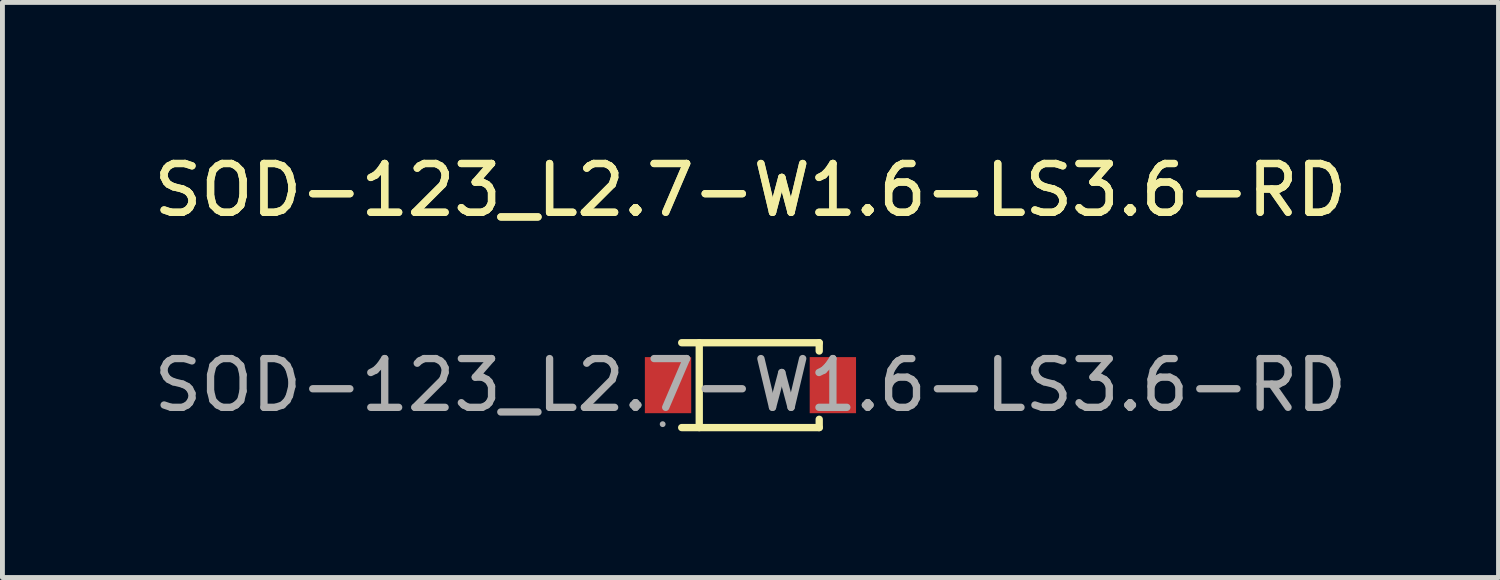
<source format=kicad_pcb>
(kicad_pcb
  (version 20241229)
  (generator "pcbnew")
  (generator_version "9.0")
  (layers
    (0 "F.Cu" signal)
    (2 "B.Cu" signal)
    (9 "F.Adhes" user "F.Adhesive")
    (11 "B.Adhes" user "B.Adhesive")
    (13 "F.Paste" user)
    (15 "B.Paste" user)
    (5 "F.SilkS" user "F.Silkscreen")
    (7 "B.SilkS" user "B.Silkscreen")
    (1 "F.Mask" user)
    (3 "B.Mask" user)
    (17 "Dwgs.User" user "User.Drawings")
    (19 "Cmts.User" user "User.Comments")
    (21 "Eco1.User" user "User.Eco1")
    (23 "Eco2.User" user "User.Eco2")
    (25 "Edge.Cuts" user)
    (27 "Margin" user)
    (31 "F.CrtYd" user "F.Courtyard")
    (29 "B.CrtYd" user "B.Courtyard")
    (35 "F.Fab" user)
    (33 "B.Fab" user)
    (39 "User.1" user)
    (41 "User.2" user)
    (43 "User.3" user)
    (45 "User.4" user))
  (footprint "SOD-123_L2.7-W1.6-LS3.6-RD"
    (layer "F.Cu")
    (at 12.339 4.848)
    (property "Reference" "SOD-123_L2.7-W1.6-LS3.6-RD" (at 0 -4 0) (layer "F.SilkS") (effects (font (size 1 1) (thickness 0.15))))
    (attr smd)
    (fp_line (start -1.41 -0.87) (end 1.41 -0.87) (stroke (width 0.15) (type solid)) (layer "F.SilkS"))
    (fp_line (start -1.41 0.87) (end 1.41 0.87) (stroke (width 0.15) (type solid)) (layer "F.SilkS"))
    (fp_line (start -1.05 -0.87) (end -1.05 0.87) (stroke (width 0.15) (type solid)) (layer "F.SilkS"))
    (fp_line (start 1.41 -0.87) (end 1.41 -0.7) (stroke (width 0.15) (type solid)) (layer "F.SilkS"))
    (fp_line (start 1.41 0.87) (end 1.41 0.7) (stroke (width 0.15) (type solid)) (layer "F.SilkS"))
    (fp_circle (center -1.8 0.8) (end -1.77 0.8) (stroke (width 0.06) (type solid)) (fill no) (layer "F.Fab"))
    (fp_text user "${REFERENCE}" (at 0 -4 0) (layer "F.SilkS") (effects (font (size 1 1) (thickness 0.15))))
    (fp_text user "${REFERENCE}" (at 0 0 0) (layer "F.Fab") (effects (font (size 1 1) (thickness 0.15))))
    (pad "1" smd rect (at -1.69 0) (size 0.95 1.15) (layers "F.Cu" "F.Mask" "F.Paste"))
    (pad "2" smd rect (at 1.69 0) (size 0.95 1.15) (layers "F.Cu" "F.Mask" "F.Paste")))
  (gr_rect
    (start -3 -3)
    (end 27.679 8.793)
    (stroke (width 0.1) (type default))
    (fill no)
    (layer "Edge.Cuts")))
</source>
